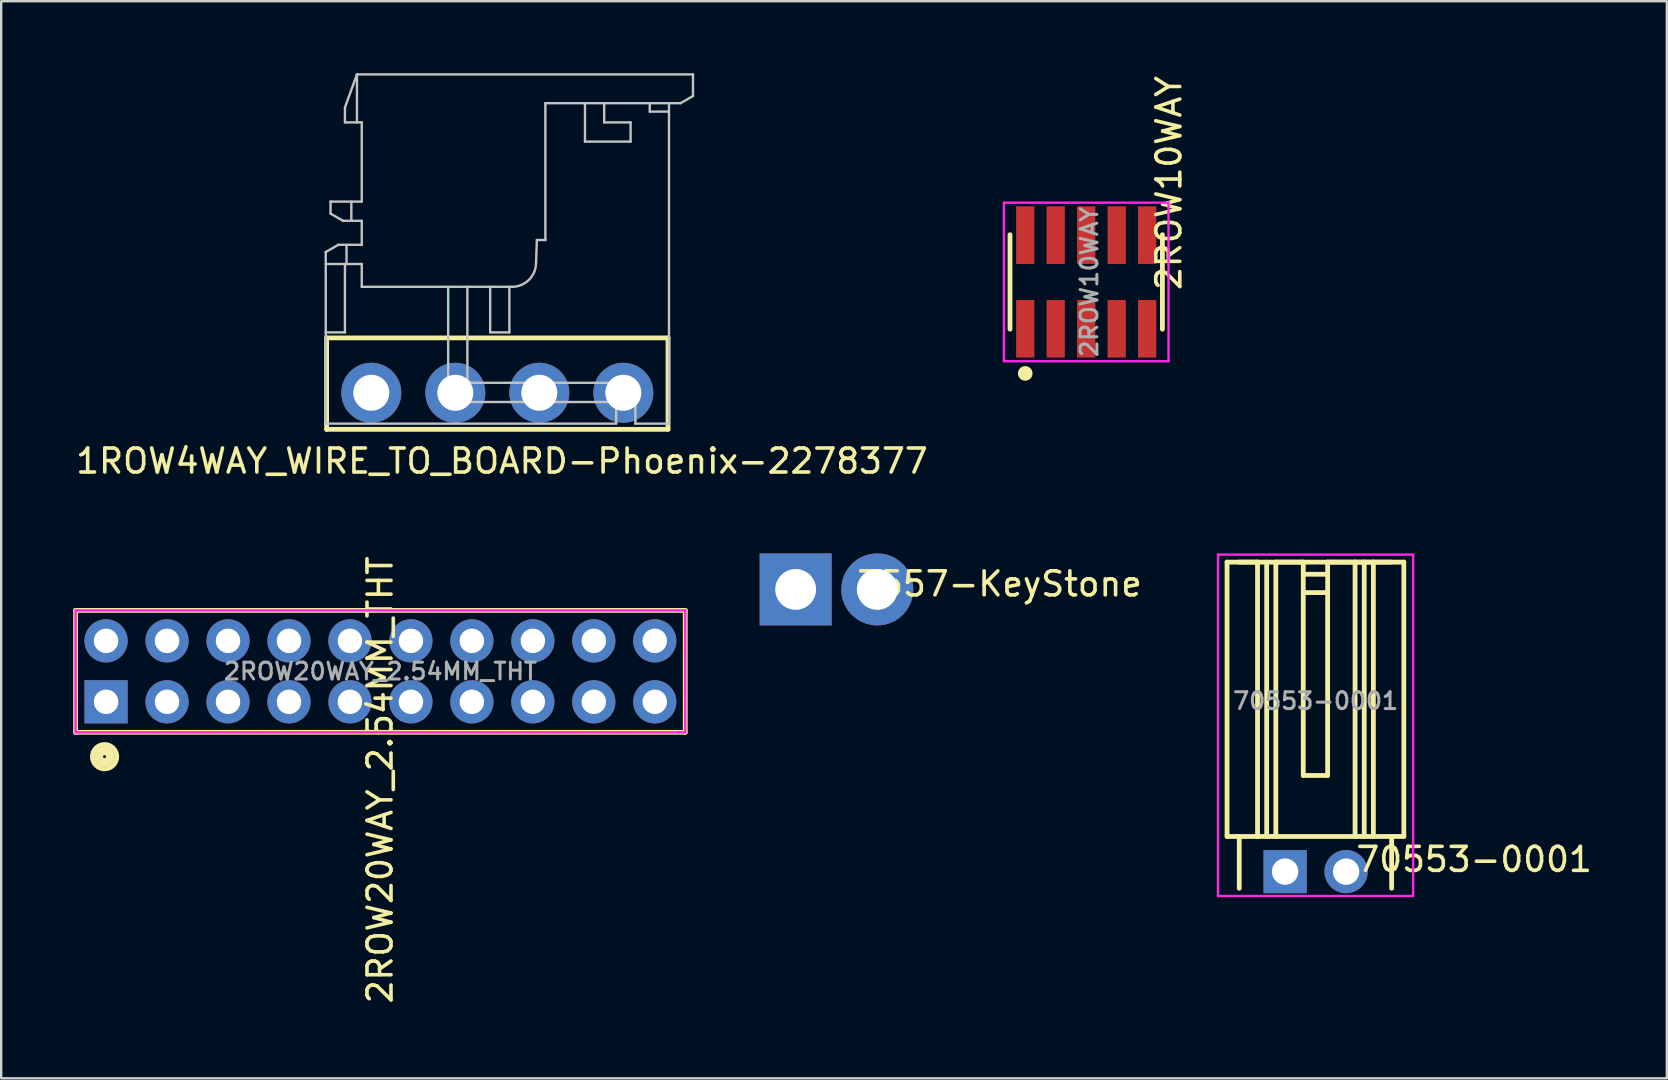
<source format=kicad_pcb>
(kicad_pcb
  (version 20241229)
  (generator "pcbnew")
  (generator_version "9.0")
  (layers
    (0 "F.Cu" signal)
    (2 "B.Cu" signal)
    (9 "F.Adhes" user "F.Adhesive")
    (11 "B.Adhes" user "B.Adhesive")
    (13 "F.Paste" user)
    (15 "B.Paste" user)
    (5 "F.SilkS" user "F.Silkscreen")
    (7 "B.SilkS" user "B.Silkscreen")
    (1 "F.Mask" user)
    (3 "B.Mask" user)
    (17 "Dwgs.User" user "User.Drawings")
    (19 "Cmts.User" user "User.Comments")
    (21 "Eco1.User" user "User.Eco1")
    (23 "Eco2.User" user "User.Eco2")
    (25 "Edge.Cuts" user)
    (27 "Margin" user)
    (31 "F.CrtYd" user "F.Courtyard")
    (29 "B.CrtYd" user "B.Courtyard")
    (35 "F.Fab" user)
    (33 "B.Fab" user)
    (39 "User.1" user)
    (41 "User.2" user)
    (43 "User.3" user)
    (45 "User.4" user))
  (footprint "2ROW10WAY"
    (placed yes)
    (layer "F.Cu")
    (at 42.205 8.697)
    (property "Reference" "2ROW10WAY" (at 3.444 -4.12 90) (layer "F.SilkS") (effects (font (size 1 1) (thickness 0.15))))
    (attr through_hole)
    (fp_line (start -3.175 1.968) (end -3.175 -1.968) (stroke (width 0.2) (type solid)) (layer "F.SilkS"))
    (fp_line (start -2.731 3.747) (end -2.54 3.81) (stroke (width 0.1) (type solid)) (layer "F.SilkS"))
    (fp_line (start 3.175 -1.968) (end 3.175 1.968) (stroke (width 0.2) (type solid)) (layer "F.SilkS"))
    (fp_circle (center -2.54 3.81) (end -2.477 3.81) (stroke (width 0.1) (type solid)) (fill no) (layer "F.SilkS"))
    (fp_circle (center -2.54 3.81) (end -2.413 3.81) (stroke (width 0.1) (type solid)) (fill no) (layer "F.SilkS"))
    (fp_circle (center -2.54 3.81) (end -2.349 3.81) (stroke (width 0.1) (type solid)) (fill no) (layer "F.SilkS"))
    (fp_circle (center -2.54 3.81) (end -2.286 3.81) (stroke (width 0.1) (type solid)) (fill no) (layer "F.SilkS"))
    (fp_line (start -3.429 -3.302) (end 3.429 -3.302) (stroke (width 0.1) (type solid)) (layer "F.CrtYd"))
    (fp_line (start -3.429 3.302) (end -3.429 -3.302) (stroke (width 0.1) (type solid)) (layer "F.CrtYd"))
    (fp_line (start 3.429 -3.302) (end 3.429 3.302) (stroke (width 0.1) (type solid)) (layer "F.CrtYd"))
    (fp_line (start 3.429 3.302) (end -3.429 3.302) (stroke (width 0.1) (type solid)) (layer "F.CrtYd"))
    (fp_text user "${REFERENCE}" (at 0.127 0 270) (layer "F.Fab") (effects (font (size 0.7 0.7) (thickness 0.125))))
    (pad "1" smd rect (at -2.54 1.95) (size 0.76 2.4) (layers "F.Cu" "F.Mask" "F.Paste"))
    (pad "2" smd rect (at -2.54 -1.95) (size 0.76 2.4) (layers "F.Cu" "F.Mask" "F.Paste"))
    (pad "3" smd rect (at -1.27 1.95) (size 0.76 2.4) (layers "F.Cu" "F.Mask" "F.Paste"))
    (pad "4" smd rect (at -1.27 -1.95) (size 0.76 2.4) (layers "F.Cu" "F.Mask" "F.Paste"))
    (pad "5" smd rect (at 0 1.95) (size 0.76 2.4) (layers "F.Cu" "F.Mask" "F.Paste"))
    (pad "6" smd rect (at 0 -1.95) (size 0.76 2.4) (layers "F.Cu" "F.Mask" "F.Paste"))
    (pad "7" smd rect (at 1.27 1.95) (size 0.76 2.4) (layers "F.Cu" "F.Mask" "F.Paste"))
    (pad "8" smd rect (at 1.27 -1.95) (size 0.76 2.4) (layers "F.Cu" "F.Mask" "F.Paste"))
    (pad "9" smd rect (at 2.54 1.95) (size 0.76 2.4) (layers "F.Cu" "F.Mask" "F.Paste"))
    (pad "10" smd rect (at 2.54 -1.95) (size 0.76 2.4) (layers "F.Cu" "F.Mask" "F.Paste")))
  (footprint "70553-0001"
    (layer "F.Cu")
    (at 51.762 33.265)
    (property "Reference" "70553-0001" (at 6.604 -0.508 0) (layer "F.SilkS") (effects (font (size 1 1) (thickness 0.15))))
    (attr through_hole)
    (fp_line (start -3.689 -12.896) (end -2.419 -12.896) (stroke (width 0.2) (type solid)) (layer "F.SilkS"))
    (fp_line (start -3.689 -1.466) (end -3.689 -12.896) (stroke (width 0.2) (type solid)) (layer "F.SilkS"))
    (fp_line (start -3.689 -1.466) (end -2.419 -1.466) (stroke (width 0.2) (type solid)) (layer "F.SilkS"))
    (fp_line (start -3.181 -12.896) (end -3.181 -12.896) (stroke (width 0.1) (type solid)) (layer "F.SilkS"))
    (fp_line (start -3.181 -12.896) (end 3.169 -12.896) (stroke (width 0.2) (type solid)) (layer "F.SilkS"))
    (fp_line (start -3.181 -1.466) (end -3.181 0.693) (stroke (width 0.2) (type solid)) (layer "F.SilkS"))
    (fp_line (start -2.419 -12.896) (end -2.038 -12.896) (stroke (width 0.1) (type solid)) (layer "F.SilkS"))
    (fp_line (start -2.419 -1.466) (end -2.419 -12.896) (stroke (width 0.2) (type solid)) (layer "F.SilkS"))
    (fp_line (start -2.419 -1.466) (end -2.038 -1.466) (stroke (width 0.2) (type solid)) (layer "F.SilkS"))
    (fp_line (start -2.038 -12.896) (end -1.657 -12.896) (stroke (width 0.1) (type solid)) (layer "F.SilkS"))
    (fp_line (start -2.038 -1.466) (end -2.038 -12.896) (stroke (width 0.2) (type solid)) (layer "F.SilkS"))
    (fp_line (start -2.038 -1.466) (end -1.657 -1.466) (stroke (width 0.2) (type solid)) (layer "F.SilkS"))
    (fp_line (start -1.657 -12.896) (end -0.514 -12.896) (stroke (width 0.2) (type solid)) (layer "F.SilkS"))
    (fp_line (start -1.657 -1.466) (end -1.657 -12.896) (stroke (width 0.2) (type solid)) (layer "F.SilkS"))
    (fp_line (start -1.657 -1.466) (end 1.645 -1.466) (stroke (width 0.2) (type solid)) (layer "F.SilkS"))
    (fp_line (start -0.514 -12.896) (end -0.514 -4.006) (stroke (width 0.2) (type solid)) (layer "F.SilkS"))
    (fp_line (start -0.514 -12.388) (end 0.502 -12.388) (stroke (width 0.2) (type solid)) (layer "F.SilkS"))
    (fp_line (start -0.514 -11.626) (end 0.502 -11.626) (stroke (width 0.2) (type solid)) (layer "F.SilkS"))
    (fp_line (start -0.514 -4.006) (end 0.502 -4.006) (stroke (width 0.2) (type solid)) (layer "F.SilkS"))
    (fp_line (start 0.502 -12.896) (end 0.502 -4.006) (stroke (width 0.2) (type solid)) (layer "F.SilkS"))
    (fp_line (start 0.502 -12.896) (end 1.645 -12.896) (stroke (width 0.2) (type solid)) (layer "F.SilkS"))
    (fp_line (start 1.645 -12.896) (end 2.026 -12.896) (stroke (width 0.2) (type solid)) (layer "F.SilkS"))
    (fp_line (start 1.645 -1.466) (end 1.645 -12.896) (stroke (width 0.2) (type solid)) (layer "F.SilkS"))
    (fp_line (start 1.645 -1.466) (end 2.026 -1.466) (stroke (width 0.2) (type solid)) (layer "F.SilkS"))
    (fp_line (start 2.026 -12.896) (end 2.407 -12.896) (stroke (width 0.2) (type solid)) (layer "F.SilkS"))
    (fp_line (start 2.026 -1.466) (end 2.026 -12.896) (stroke (width 0.2) (type solid)) (layer "F.SilkS"))
    (fp_line (start 2.026 -1.466) (end 2.407 -1.466) (stroke (width 0.2) (type solid)) (layer "F.SilkS"))
    (fp_line (start 2.407 -12.896) (end 3.677 -12.896) (stroke (width 0.2) (type solid)) (layer "F.SilkS"))
    (fp_line (start 2.407 -1.466) (end 2.407 -12.896) (stroke (width 0.2) (type solid)) (layer "F.SilkS"))
    (fp_line (start 2.407 -1.466) (end 3.677 -1.466) (stroke (width 0.2) (type solid)) (layer "F.SilkS"))
    (fp_line (start 3.169 -12.896) (end 3.169 -12.896) (stroke (width 0.1) (type solid)) (layer "F.SilkS"))
    (fp_line (start 3.169 -1.466) (end 3.169 0.693) (stroke (width 0.2) (type solid)) (layer "F.SilkS"))
    (fp_line (start 3.677 -1.466) (end 3.677 -12.896) (stroke (width 0.2) (type solid)) (layer "F.SilkS"))
    (fp_line (start -4.064 -13.208) (end -4.064 1.016) (stroke (width 0.1) (type solid)) (layer "F.CrtYd"))
    (fp_line (start -4.064 1.016) (end 4.064 1.016) (stroke (width 0.1) (type solid)) (layer "F.CrtYd"))
    (fp_line (start 4.064 -13.208) (end -4.064 -13.208) (stroke (width 0.1) (type solid)) (layer "F.CrtYd"))
    (fp_line (start 4.064 1.016) (end 4.064 -13.208) (stroke (width 0.1) (type solid)) (layer "F.CrtYd"))
    (fp_text user "${REFERENCE}" (at 0 -7.112 0) (layer "F.Fab") (effects (font (size 0.7 0.7) (thickness 0.125))))
    (pad "1" thru_hole rect (at -1.27 0) (size 1.8 1.8) (drill 1.1) (layers "*.Cu" "*.Mask"))
    (pad "2" thru_hole circle (at 1.27 0) (size 1.8 1.8) (drill 1.1) (layers "*.Cu" "*.Mask")))
  (footprint "2ROW20WAY_2.54MM_THT"
    (layer "F.Cu")
    (at 12.8 24.92)
    (property "Reference" "2ROW20WAY_2.54MM_THT" (at -0.015 4.521 90) (layer "F.SilkS") (effects (font (size 1 1) (thickness 0.15))))
    (attr through_hole)
    (fp_line (start -12.7 -2.54) (end -12.7 2.54) (stroke (width 0.2) (type solid)) (layer "F.SilkS"))
    (fp_line (start -12.7 2.54) (end 12.7 2.54) (stroke (width 0.2) (type solid)) (layer "F.SilkS"))
    (fp_line (start 12.7 -2.54) (end -12.7 -2.54) (stroke (width 0.2) (type solid)) (layer "F.SilkS"))
    (fp_line (start 12.7 2.54) (end 12.7 -2.54) (stroke (width 0.2) (type solid)) (layer "F.SilkS"))
    (fp_circle (center -11.493 3.556) (end -11.43 3.556) (stroke (width 0.2) (type solid)) (fill no) (layer "F.SilkS"))
    (fp_circle (center -11.493 3.556) (end -11.303 3.556) (stroke (width 0.2) (type solid)) (fill no) (layer "F.SilkS"))
    (fp_circle (center -11.493 3.556) (end -11.176 3.619) (stroke (width 0.2) (type solid)) (fill no) (layer "F.SilkS"))
    (fp_circle (center -11.493 3.556) (end -10.986 3.556) (stroke (width 0.2) (type solid)) (fill no) (layer "F.SilkS"))
    (fp_line (start -12.7 -2.54) (end 12.7 -2.54) (stroke (width 0.1) (type solid)) (layer "F.CrtYd"))
    (fp_line (start -12.7 2.54) (end -12.7 -2.54) (stroke (width 0.1) (type solid)) (layer "F.CrtYd"))
    (fp_line (start 12.7 -2.54) (end 12.7 2.54) (stroke (width 0.1) (type solid)) (layer "F.CrtYd"))
    (fp_line (start 12.7 2.54) (end -12.7 2.54) (stroke (width 0.1) (type solid)) (layer "F.CrtYd"))
    (fp_text user "${REFERENCE}" (at 0 0 0) (layer "F.Fab") (effects (font (size 0.7 0.7) (thickness 0.125))))
    (pad "1" thru_hole rect (at -11.43 1.27) (size 1.8 1.8) (drill 1.02) (layers "*.Cu" "*.Mask"))
    (pad "2" thru_hole circle (at -11.43 -1.27) (size 1.8 1.8) (drill 1.02) (layers "*.Cu" "*.Mask"))
    (pad "3" thru_hole circle (at -8.89 1.27) (size 1.8 1.8) (drill 1.02) (layers "*.Cu" "*.Mask"))
    (pad "4" thru_hole circle (at -8.89 -1.27) (size 1.8 1.8) (drill 1.02) (layers "*.Cu" "*.Mask"))
    (pad "5" thru_hole circle (at -6.35 1.27) (size 1.8 1.8) (drill 1.02) (layers "*.Cu" "*.Mask"))
    (pad "6" thru_hole circle (at -6.35 -1.27) (size 1.8 1.8) (drill 1.02) (layers "*.Cu" "*.Mask"))
    (pad "7" thru_hole circle (at -3.81 1.27) (size 1.8 1.8) (drill 1.02) (layers "*.Cu" "*.Mask"))
    (pad "8" thru_hole circle (at -3.81 -1.27) (size 1.8 1.8) (drill 1.02) (layers "*.Cu" "*.Mask"))
    (pad "9" thru_hole circle (at -1.27 1.27) (size 1.8 1.8) (drill 1.02) (layers "*.Cu" "*.Mask"))
    (pad "10" thru_hole circle (at -1.27 -1.27) (size 1.8 1.8) (drill 1.02) (layers "*.Cu" "*.Mask"))
    (pad "11" thru_hole circle (at 1.27 1.27) (size 1.8 1.8) (drill 1.02) (layers "*.Cu" "*.Mask"))
    (pad "12" thru_hole circle (at 1.27 -1.27) (size 1.8 1.8) (drill 1.02) (layers "*.Cu" "*.Mask"))
    (pad "13" thru_hole circle (at 3.81 1.27) (size 1.8 1.8) (drill 1.02) (layers "*.Cu" "*.Mask"))
    (pad "14" thru_hole circle (at 3.81 -1.27) (size 1.8 1.8) (drill 1.02) (layers "*.Cu" "*.Mask"))
    (pad "15" thru_hole circle (at 6.35 1.27) (size 1.8 1.8) (drill 1.02) (layers "*.Cu" "*.Mask"))
    (pad "16" thru_hole circle (at 6.35 -1.27) (size 1.8 1.8) (drill 1.02) (layers "*.Cu" "*.Mask"))
    (pad "17" thru_hole circle (at 8.89 1.27) (size 1.8 1.8) (drill 1.02) (layers "*.Cu" "*.Mask"))
    (pad "18" thru_hole circle (at 8.89 -1.27) (size 1.8 1.8) (drill 1.02) (layers "*.Cu" "*.Mask"))
    (pad "19" thru_hole circle (at 11.43 1.27) (size 1.8 1.8) (drill 1.02) (layers "*.Cu" "*.Mask"))
    (pad "20" thru_hole circle (at 11.43 -1.27) (size 1.8 1.8) (drill 1.02) (layers "*.Cu" "*.Mask")))
  (footprint "1ROW4WAY_WIRE_TO_BOARD-Phoenix-2278377"
    (layer "F.Cu")
    (at 17.67 13.314)
    (property "Reference" "1ROW4WAY_WIRE_TO_BOARD-Phoenix-2278377" (at 0.193 2.845 0) (layer "F.SilkS") (effects (font (size 1 1) (thickness 0.15))))
    (attr through_hole)
    (fp_line (start -7.112 -2.286) (end 7.112 -2.286) (stroke (width 0.2) (type solid)) (layer "F.SilkS"))
    (fp_line (start -7.112 1.27) (end -7.112 -2.286) (stroke (width 0.2) (type solid)) (layer "F.SilkS"))
    (fp_line (start -7.112 1.524) (end -7.112 1.27) (stroke (width 0.2) (type solid)) (layer "F.SilkS"))
    (fp_line (start 7.112 -2.286) (end 7.112 1.524) (stroke (width 0.2) (type solid)) (layer "F.SilkS"))
    (fp_line (start 7.112 1.524) (end -7.112 1.524) (stroke (width 0.2) (type solid)) (layer "F.SilkS"))
    (fp_line (start -7.148 -5.864) (end -7.148 1.286) (stroke (width 0.1) (type solid)) (layer "Dwgs.User"))
    (fp_line (start -7.148 -5.864) (end -6.628 -6.164) (stroke (width 0.1) (type solid)) (layer "Dwgs.User"))
    (fp_line (start -7.148 1.286) (end 4.952 1.286) (stroke (width 0.1) (type solid)) (layer "Dwgs.User"))
    (fp_line (start -6.948 -7.464) (end -6.948 -7.964) (stroke (width 0.1) (type solid)) (layer "Dwgs.User"))
    (fp_line (start -6.628 -6.164) (end -5.648 -6.164) (stroke (width 0.1) (type solid)) (layer "Dwgs.User"))
    (fp_line (start -6.428 -7.164) (end -6.948 -7.464) (stroke (width 0.1) (type solid)) (layer "Dwgs.User"))
    (fp_line (start -6.348 -11.89) (end -6.348 -11.264) (stroke (width 0.1) (type solid)) (layer "Dwgs.User"))
    (fp_line (start -6.348 -11.89) (end -5.848 -13.264) (stroke (width 0.1) (type solid)) (layer "Dwgs.User"))
    (fp_line (start -6.348 -11.264) (end -5.648 -11.264) (stroke (width 0.1) (type solid)) (layer "Dwgs.User"))
    (fp_line (start -6.348 -5.364) (end -6.348 -2.514) (stroke (width 0.1) (type solid)) (layer "Dwgs.User"))
    (fp_line (start -6.348 -2.514) (end -7.148 -2.514) (stroke (width 0.1) (type solid)) (layer "Dwgs.User"))
    (fp_line (start -6.282 -6.164) (end -6.282 -5.364) (stroke (width 0.1) (type solid)) (layer "Dwgs.User"))
    (fp_line (start -6.082 -7.964) (end -6.082 -7.164) (stroke (width 0.1) (type solid)) (layer "Dwgs.User"))
    (fp_line (start -5.848 -13.264) (end -5.848 -11.264) (stroke (width 0.1) (type solid)) (layer "Dwgs.User"))
    (fp_line (start -5.848 -13.264) (end 8.152 -13.264) (stroke (width 0.1) (type solid)) (layer "Dwgs.User"))
    (fp_line (start -5.648 -11.264) (end -5.648 -7.964) (stroke (width 0.1) (type solid)) (layer "Dwgs.User"))
    (fp_line (start -5.648 -7.964) (end -6.948 -7.964) (stroke (width 0.1) (type solid)) (layer "Dwgs.User"))
    (fp_line (start -5.648 -7.164) (end -6.428 -7.164) (stroke (width 0.1) (type solid)) (layer "Dwgs.User"))
    (fp_line (start -5.648 -6.164) (end -5.648 -7.164) (stroke (width 0.1) (type solid)) (layer "Dwgs.User"))
    (fp_line (start -5.648 -5.364) (end -7.148 -5.364) (stroke (width 0.1) (type solid)) (layer "Dwgs.User"))
    (fp_line (start -5.648 -4.414) (end -5.648 -5.364) (stroke (width 0.1) (type solid)) (layer "Dwgs.User"))
    (fp_line (start -5.648 -4.414) (end 0.612 -4.414) (stroke (width 0.1) (type solid)) (layer "Dwgs.User"))
    (fp_line (start -2.048 -0.614) (end -2.048 -4.414) (stroke (width 0.1) (type solid)) (layer "Dwgs.User"))
    (fp_line (start -1.248 -4.414) (end -1.248 -0.614) (stroke (width 0.1) (type solid)) (layer "Dwgs.User"))
    (fp_line (start -1.048 -0.414) (end 5.752 -0.414) (stroke (width 0.1) (type solid)) (layer "Dwgs.User"))
    (fp_line (start -0.298 -2.514) (end -0.298 -4.414) (stroke (width 0.1) (type solid)) (layer "Dwgs.User"))
    (fp_line (start 0.502 -4.414) (end 0.502 -2.514) (stroke (width 0.1) (type solid)) (layer "Dwgs.User"))
    (fp_line (start 0.502 -2.514) (end -0.298 -2.514) (stroke (width 0.1) (type solid)) (layer "Dwgs.User"))
    (fp_line (start 1.648 -6.364) (end 1.612 -5.377) (stroke (width 0.1) (type solid)) (layer "Dwgs.User"))
    (fp_line (start 2.002 -12.064) (end 7.633 -12.064) (stroke (width 0.1) (type solid)) (layer "Dwgs.User"))
    (fp_line (start 2.002 -6.364) (end 1.648 -6.364) (stroke (width 0.1) (type solid)) (layer "Dwgs.User"))
    (fp_line (start 2.002 -6.364) (end 2.002 -12.064) (stroke (width 0.1) (type solid)) (layer "Dwgs.User"))
    (fp_line (start 3.652 -12.064) (end 3.652 -10.464) (stroke (width 0.1) (type solid)) (layer "Dwgs.User"))
    (fp_line (start 4.452 -11.264) (end 4.452 -12.064) (stroke (width 0.1) (type solid)) (layer "Dwgs.User"))
    (fp_line (start 4.452 -11.264) (end 5.552 -11.264) (stroke (width 0.1) (type solid)) (layer "Dwgs.User"))
    (fp_line (start 4.752 -0.414) (end 4.752 0.386) (stroke (width 0.1) (type solid)) (layer "Dwgs.User"))
    (fp_line (start 4.952 0.386) (end 4.952 1.286) (stroke (width 0.1) (type solid)) (layer "Dwgs.User"))
    (fp_line (start 5.552 -11.264) (end 5.552 -10.464) (stroke (width 0.1) (type solid)) (layer "Dwgs.User"))
    (fp_line (start 5.552 -10.464) (end 3.652 -10.464) (stroke (width 0.1) (type solid)) (layer "Dwgs.User"))
    (fp_line (start 5.752 0.386) (end -1.048 0.386) (stroke (width 0.1) (type solid)) (layer "Dwgs.User"))
    (fp_line (start 5.752 1.286) (end 5.752 -0.414) (stroke (width 0.1) (type solid)) (layer "Dwgs.User"))
    (fp_line (start 5.752 1.286) (end 7.152 1.286) (stroke (width 0.1) (type solid)) (layer "Dwgs.User"))
    (fp_line (start 6.352 -12.064) (end 6.352 -11.714) (stroke (width 0.1) (type solid)) (layer "Dwgs.User"))
    (fp_line (start 6.352 -11.714) (end 7.152 -11.714) (stroke (width 0.1) (type solid)) (layer "Dwgs.User"))
    (fp_line (start 7.152 -12.064) (end 7.152 1.286) (stroke (width 0.1) (type solid)) (layer "Dwgs.User"))
    (fp_line (start 7.633 -12.064) (end 8.152 -12.364) (stroke (width 0.1) (type solid)) (layer "Dwgs.User"))
    (fp_line (start 8.152 -13.264) (end 8.152 -12.364) (stroke (width 0.1) (type solid)) (layer "Dwgs.User"))
    (fp_arc (start -1.04765 -0.41405) (mid -1.189071 -0.472629) (end -1.24765 -0.61405) (stroke (width 0.1) (type solid)) (layer "Dwgs.User"))
    (fp_arc (start -1.04765 0.38595) (mid -1.754757 0.093057) (end -2.04765 -0.61405) (stroke (width 0.1) (type solid)) (layer "Dwgs.User"))
    (fp_arc (start 1.611668 -5.377133) (mid 1.306282 -4.69401) (end 0.61235 -4.41405) (stroke (width 0.1) (type solid)) (layer "Dwgs.User"))
    (fp_arc (start 5.75235 0.433164) (mid 5.35235 0.58595) (end 4.95235 0.433164) (stroke (width 0.1) (type solid)) (layer "Dwgs.User"))
    (pad "1" thru_hole circle (at -5.25 0) (size 2.5 2.5) (drill 1.5) (layers "*.Cu" "*.Mask"))
    (pad "2" thru_hole circle (at -1.75 0) (size 2.5 2.5) (drill 1.5) (layers "*.Cu" "*.Mask"))
    (pad "3" thru_hole circle (at 1.75 0) (size 2.5 2.5) (drill 1.5) (layers "*.Cu" "*.Mask"))
    (pad "4" thru_hole circle (at 5.25 0) (size 2.5 2.5) (drill 1.5) (layers "*.Cu" "*.Mask")))
  (footprint "3557-KeyStone"
    (layer "F.Cu")
    (at 31.8 21.507)
    (property "Reference" "3557-KeyStone" (at 6.795 -0.229 0) (layer "F.SilkS") (effects (font (size 1 1) (thickness 0.15))))
    (attr through_hole)
    (pad "1" thru_hole rect (at -1.7 0) (size 3 3) (drill 1.7) (layers "*.Cu" "*.Mask"))
    (pad "2" thru_hole circle (at 1.7 0) (size 3 3) (drill 1.7) (layers "*.Cu" "*.Mask")))
  (gr_rect
    (start -3 -3)
    (end 66.396 41.876)
    (stroke (width 0.1) (type default))
    (fill no)
    (layer "Edge.Cuts")))
</source>
